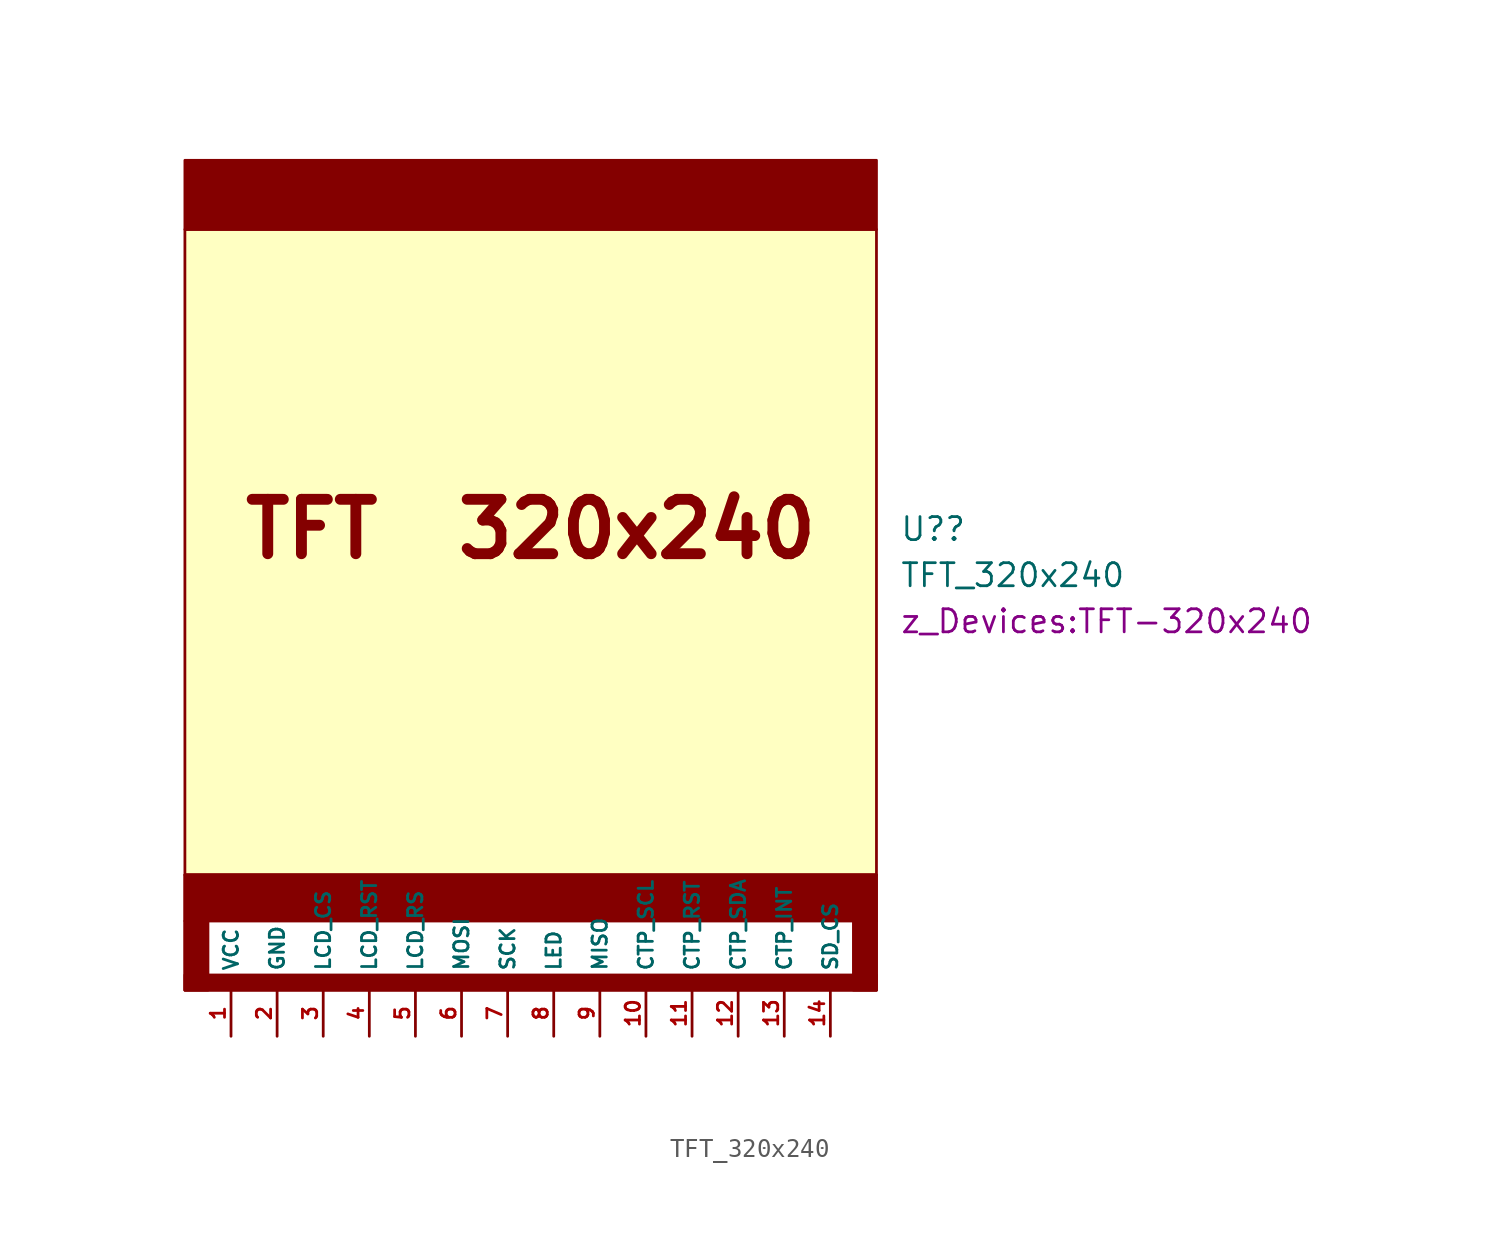
<source format=kicad_sym>
(kicad_symbol_lib
  (version 20241209)
  (generator "kicad_symbol_editor")
  (generator_version "9.0")
  (symbol "TFT_320x240"
    (pin_names
      (offset 1.016))
    (property "Reference" "U?"
      (at 20.32 25.4 0)
      (effects (font (size 1.27 1.27)) (justify left)))
    (property "Value" "TFT_320x240"
      (at 20.32 22.86 0)
      (effects (font (size 1.27 1.27)) (justify left)))
    (property "Footprint" "z_Devices:TFT-320x240"
      (at 20.32 20.32 0)
      (effects (font (size 1.27 1.27)) (justify left)))
    (symbol "TFT_320x240_0_0"
      (text "TFT  320x240" (at 0 25.4 0) (effects (font (size 2.997 2.997) (bold yes)))))
    (symbol "TFT_320x240_0_1"
      (rectangle (start -19.05 41.91) (end 19.05 45.72) (stroke (width 0) (type default)) (fill (type outline)))
      (rectangle (start -19.05 6.35) (end 19.05 41.91) (stroke (width 0) (type default)) (fill (type background)))
      (rectangle (start -19.05 6.35) (end 19.05 3.81) (stroke (width 0) (type default)) (fill (type outline)))
      (rectangle (start -19.05 3.81) (end -17.78 0) (stroke (width 0) (type default)) (fill (type outline)))
      (rectangle (start -19.05 0) (end 19.05 6.35) (stroke (width 0) (type default)) (fill (type none)))
      (rectangle (start -19.05 0) (end 19.05 0.838) (stroke (width 0) (type default)) (fill (type outline)))
      (rectangle (start 17.78 3.81) (end 19.05 0) (stroke (width 0) (type default)) (fill (type outline))))
    (symbol "TFT_320x240_1_1"
      (pin power_in line (at -16.51 -2.54 90) (length 2.54) (name "VCC" (effects (font (size 0.787 0.787)))) (number "1" (effects (font (size 0.787 0.787)))))
      (pin bidirectional line (at -13.97 -2.54 90) (length 2.54) (name "GND" (effects (font (size 0.787 0.787)))) (number "2" (effects (font (size 0.787 0.787)))))
      (pin bidirectional line (at -11.43 -2.54 90) (length 2.54) (name "LCD_CS" (effects (font (size 0.787 0.787)))) (number "3" (effects (font (size 0.787 0.787)))))
      (pin bidirectional line (at -8.89 -2.54 90) (length 2.54) (name "LCD_RST" (effects (font (size 0.787 0.787)))) (number "4" (effects (font (size 0.787 0.787)))))
      (pin bidirectional line (at -6.35 -2.54 90) (length 2.54) (name "LCD_RS" (effects (font (size 0.787 0.787)))) (number "5" (effects (font (size 0.787 0.787)))))
      (pin bidirectional line (at -3.81 -2.54 90) (length 2.54) (name "MOSI" (effects (font (size 0.787 0.787)))) (number "6" (effects (font (size 0.787 0.787)))))
      (pin bidirectional line (at -1.27 -2.54 90) (length 2.54) (name "SCK" (effects (font (size 0.787 0.787)))) (number "7" (effects (font (size 0.787 0.787)))))
      (pin power_in line (at 1.27 -2.54 90) (length 2.54) (name "LED" (effects (font (size 0.787 0.787)))) (number "8" (effects (font (size 0.787 0.787)))))
      (pin bidirectional line (at 3.81 -2.54 90) (length 2.54) (name "MISO" (effects (font (size 0.787 0.787)))) (number "9" (effects (font (size 0.787 0.787)))))
      (pin bidirectional line (at 6.35 -2.54 90) (length 2.54) (name "CTP_SCL" (effects (font (size 0.787 0.787)))) (number "10" (effects (font (size 0.787 0.787)))))
      (pin bidirectional line (at 8.89 -2.54 90) (length 2.54) (name "CTP_RST" (effects (font (size 0.787 0.787)))) (number "11" (effects (font (size 0.787 0.787)))))
      (pin bidirectional line (at 11.43 -2.54 90) (length 2.54) (name "CTP_SDA" (effects (font (size 0.787 0.787)))) (number "12" (effects (font (size 0.787 0.787)))))
      (pin bidirectional line (at 13.97 -2.54 90) (length 2.54) (name "CTP_INT" (effects (font (size 0.787 0.787)))) (number "13" (effects (font (size 0.787 0.787)))))
      (pin bidirectional line (at 16.51 -2.54 90) (length 2.54) (name "SD_CS" (effects (font (size 0.787 0.787)))) (number "14" (effects (font (size 0.787 0.787))))))))
</source>
